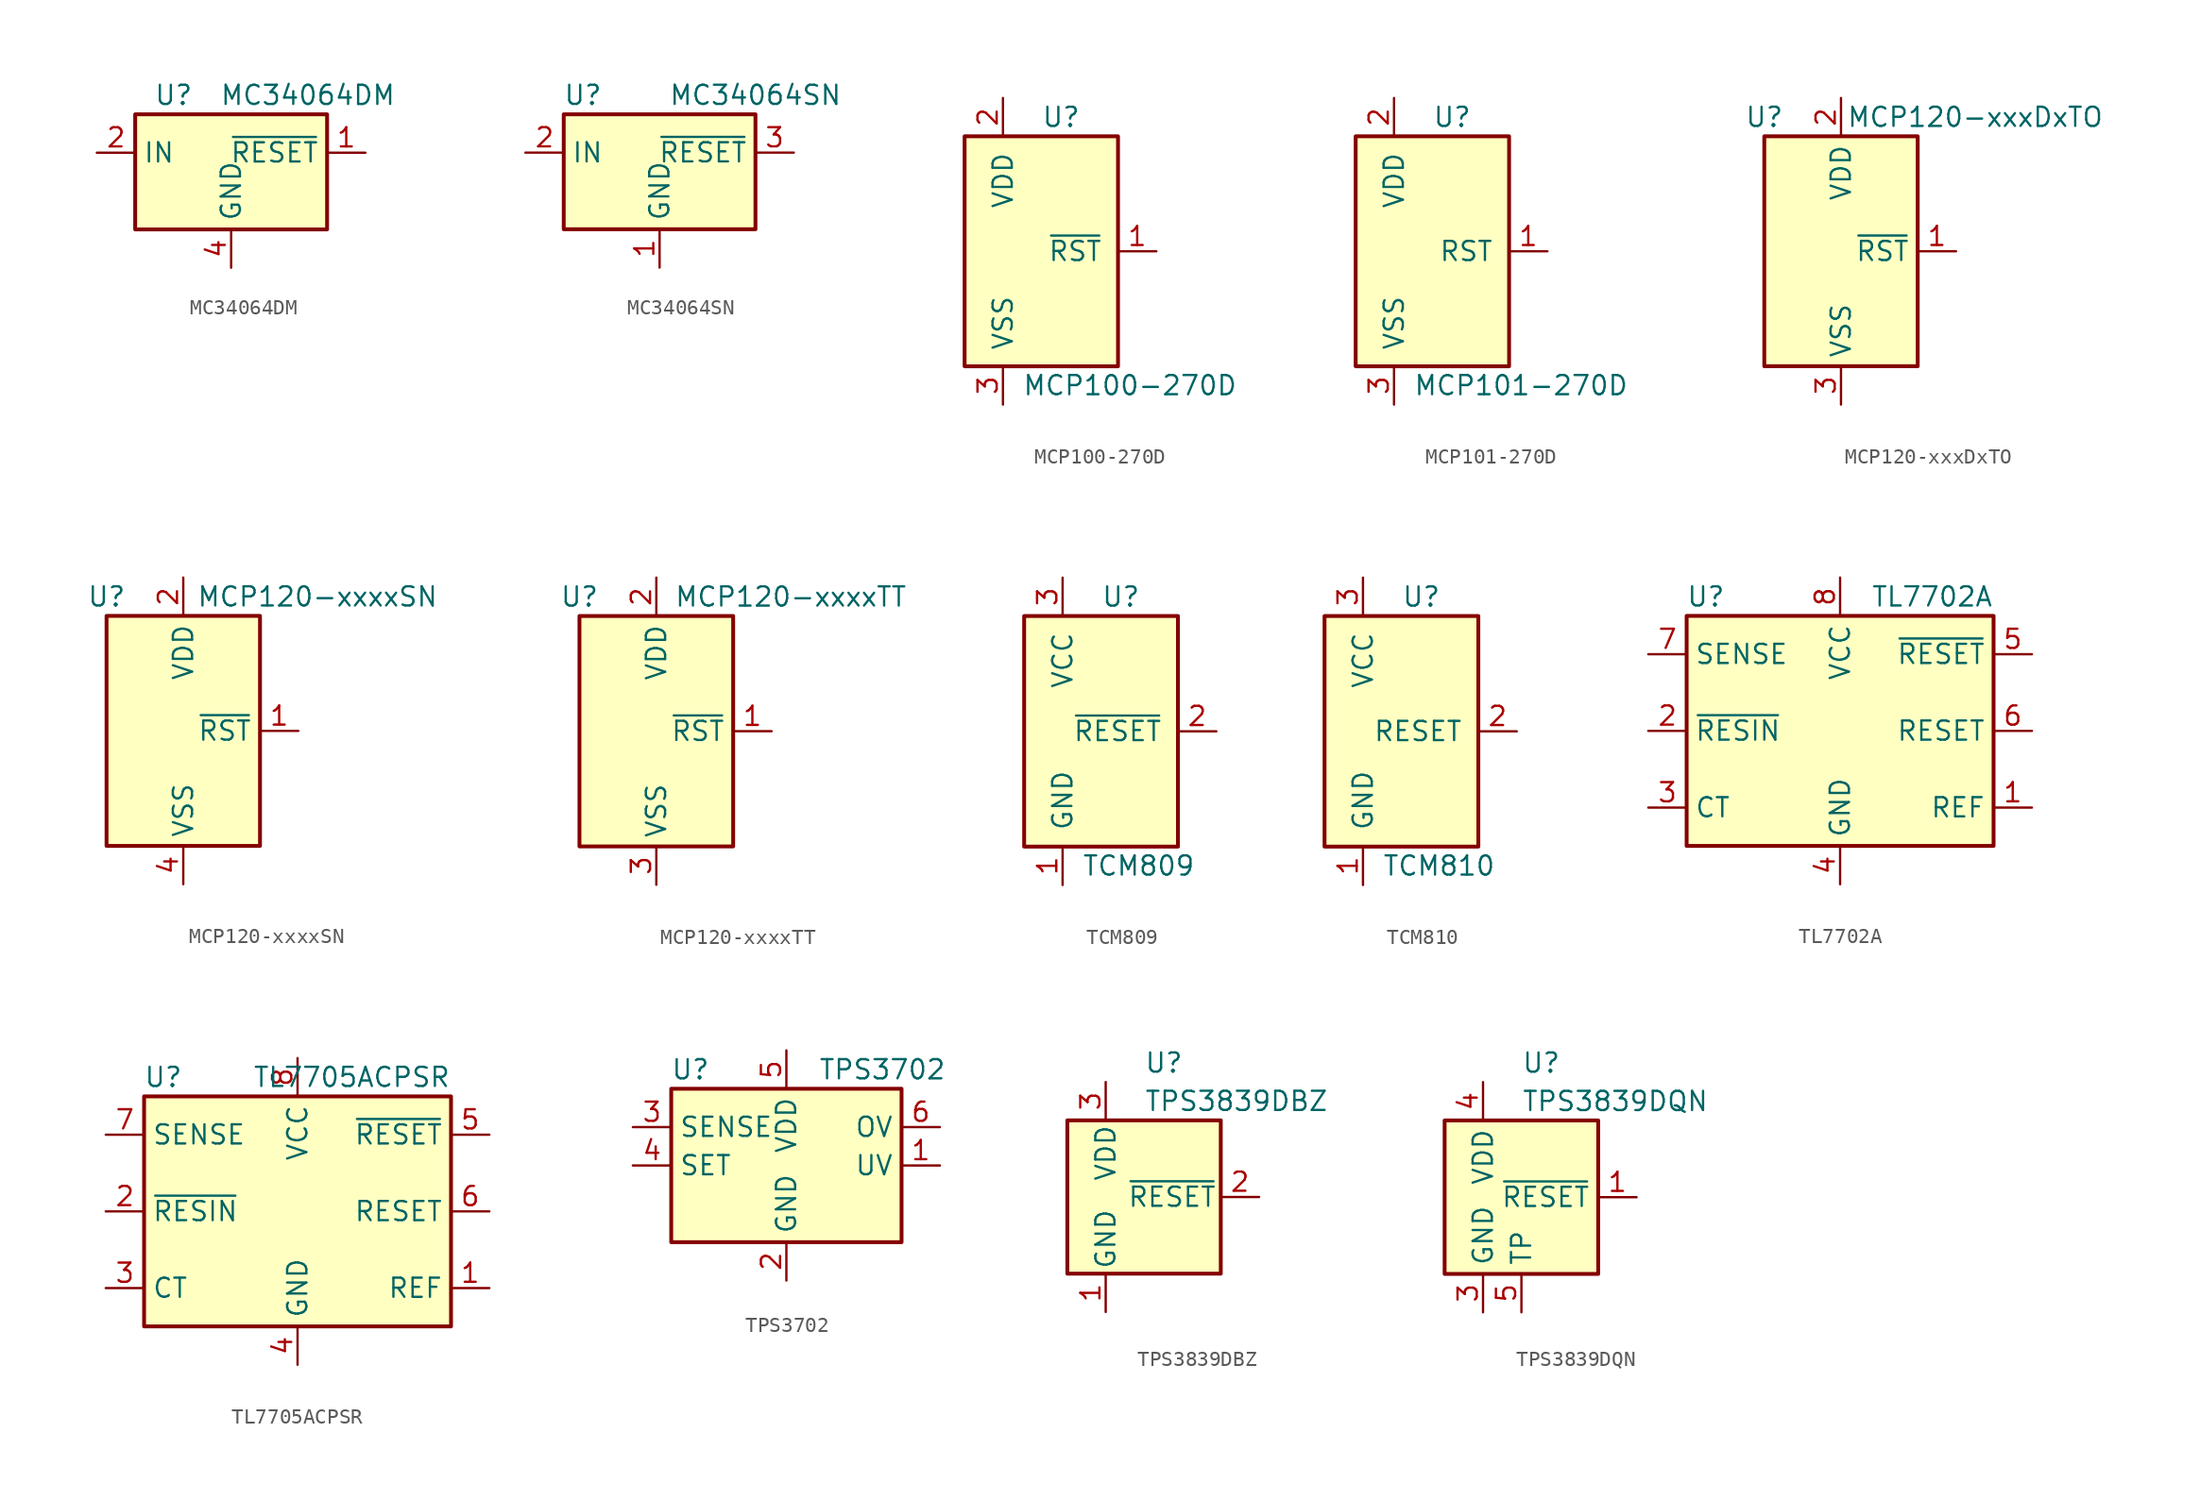
<source format=kicad_sym>
(kicad_symbol_lib
  (version 20220914)
  (generator kicad_symbol_editor)
  (symbol "MC34064DM"
    (property "Reference" "U"
      (at -3.81 5.08 0)
      (effects (font (size 1.27 1.27))))
    (property "Value" "MC34064DM"
      (at 5.08 5.08 0)
      (effects (font (size 1.27 1.27))))
    (symbol "MC34064DM_0_1"
      (rectangle (start -6.35 -3.81) (end 6.35 3.81) (stroke (width 0.254) (type default)) (fill (type background))))
    (symbol "MC34064DM_1_1"
      (pin open_collector line (at 8.89 1.27 180) (length 2.54) (name "~{RESET}" (effects (font (size 1.27 1.27)))) (number "1" (effects (font (size 1.27 1.27)))))
      (pin input line (at -8.89 1.27 0) (length 2.54) (name "IN" (effects (font (size 1.27 1.27)))) (number "2" (effects (font (size 1.27 1.27)))))
      (pin no_connect line (at 6.35 -2.54 180) (length 2.54) hide (name "NC" (effects (font (size 1.27 1.27)))) (number "3" (effects (font (size 1.27 1.27)))))
      (pin power_in line (at 0 -6.35 90) (length 2.54) (name "GND" (effects (font (size 1.27 1.27)))) (number "4" (effects (font (size 1.27 1.27)))))
      (pin no_connect line (at 0 3.81 270) (length 2.54) hide (name "NC" (effects (font (size 1.27 1.27)))) (number "5" (effects (font (size 1.27 1.27)))))
      (pin no_connect line (at 2.54 3.81 270) (length 2.54) hide (name "NC" (effects (font (size 1.27 1.27)))) (number "6" (effects (font (size 1.27 1.27)))))
      (pin no_connect line (at -6.35 -2.54 0) (length 2.54) hide (name "NC" (effects (font (size 1.27 1.27)))) (number "7" (effects (font (size 1.27 1.27)))))
      (pin no_connect line (at -2.54 3.81 270) (length 2.54) hide (name "NC" (effects (font (size 1.27 1.27)))) (number "8" (effects (font (size 1.27 1.27)))))))
  (symbol "MC34064SN"
    (property "Reference" "U"
      (at -5.08 5.08 0)
      (effects (font (size 1.27 1.27))))
    (property "Value" "MC34064SN"
      (at 6.35 5.08 0)
      (effects (font (size 1.27 1.27))))
    (symbol "MC34064SN_0_1"
      (rectangle (start -6.35 -3.81) (end 6.35 3.81) (stroke (width 0.254) (type default)) (fill (type background))))
    (symbol "MC34064SN_1_1"
      (pin power_in line (at 0 -6.35 90) (length 2.54) (name "GND" (effects (font (size 1.27 1.27)))) (number "1" (effects (font (size 1.27 1.27)))))
      (pin input line (at -8.89 1.27 0) (length 2.54) (name "IN" (effects (font (size 1.27 1.27)))) (number "2" (effects (font (size 1.27 1.27)))))
      (pin open_collector line (at 8.89 1.27 180) (length 2.54) (name "~{RESET}" (effects (font (size 1.27 1.27)))) (number "3" (effects (font (size 1.27 1.27)))))
      (pin no_connect line (at -2.54 3.81 270) (length 2.54) hide (name "NC" (effects (font (size 1.27 1.27)))) (number "4" (effects (font (size 1.27 1.27)))))
      (pin no_connect line (at 2.54 3.81 270) (length 2.54) hide (name "NC" (effects (font (size 1.27 1.27)))) (number "5" (effects (font (size 1.27 1.27)))))))
  (symbol "MCP100-270D"
    (pin_names
      (offset 1.016))
    (property "Reference" "U"
      (at 0 8.89 0)
      (effects (font (size 1.27 1.27)) (justify left)))
    (property "Value" "MCP100-270D"
      (at -1.27 -8.89 0)
      (effects (font (size 1.27 1.27)) (justify left)))
    (symbol "MCP100-270D_1_1"
      (rectangle (start -5.08 7.62) (end 5.08 -7.62) (stroke (width 0.254) (type default)) (fill (type background)))
      (pin output line (at 7.62 0 180) (length 2.54) (name "~{RST}" (effects (font (size 1.27 1.27)))) (number "1" (effects (font (size 1.27 1.27)))))
      (pin power_in line (at -2.54 10.16 270) (length 2.54) (name "VDD" (effects (font (size 1.27 1.27)))) (number "2" (effects (font (size 1.27 1.27)))))
      (pin power_in line (at -2.54 -10.16 90) (length 2.54) (name "VSS" (effects (font (size 1.27 1.27)))) (number "3" (effects (font (size 1.27 1.27)))))))
  (symbol "MCP101-270D"
    (pin_names
      (offset 1.016))
    (property "Reference" "U"
      (at 0 8.89 0)
      (effects (font (size 1.27 1.27)) (justify left)))
    (property "Value" "MCP101-270D"
      (at -1.27 -8.89 0)
      (effects (font (size 1.27 1.27)) (justify left)))
    (symbol "MCP101-270D_1_1"
      (rectangle (start -5.08 7.62) (end 5.08 -7.62) (stroke (width 0.254) (type default)) (fill (type background)))
      (pin output line (at 7.62 0 180) (length 2.54) (name "RST" (effects (font (size 1.27 1.27)))) (number "1" (effects (font (size 1.27 1.27)))))
      (pin power_in line (at -2.54 10.16 270) (length 2.54) (name "VDD" (effects (font (size 1.27 1.27)))) (number "2" (effects (font (size 1.27 1.27)))))
      (pin power_in line (at -2.54 -10.16 90) (length 2.54) (name "VSS" (effects (font (size 1.27 1.27)))) (number "3" (effects (font (size 1.27 1.27)))))))
  (symbol "MCP120-xxxDxTO"
    (property "Reference" "U"
      (at -5.08 8.89 0)
      (effects (font (size 1.27 1.27))))
    (property "Value" "MCP120-xxxDxTO"
      (at 8.89 8.89 0)
      (effects (font (size 1.27 1.27))))
    (symbol "MCP120-xxxDxTO_0_1"
      (rectangle (start 5.08 7.62) (end -5.08 -7.62) (stroke (width 0.254) (type default)) (fill (type background)))
      (pin power_in line (at 0 10.16 270) (length 2.54) (name "VDD" (effects (font (size 1.27 1.27)))) (number "2" (effects (font (size 1.27 1.27))))))
    (symbol "MCP120-xxxDxTO_1_1"
      (pin open_collector line (at 7.62 0 180) (length 2.54) (name "~{RST}" (effects (font (size 1.27 1.27)))) (number "1" (effects (font (size 1.27 1.27)))))
      (pin power_in line (at 0 -10.16 90) (length 2.54) (name "VSS" (effects (font (size 1.27 1.27)))) (number "3" (effects (font (size 1.27 1.27)))))))
  (symbol "MCP120-xxxxSN"
    (property "Reference" "U"
      (at -5.08 8.89 0)
      (effects (font (size 1.27 1.27))))
    (property "Value" "MCP120-xxxxSN"
      (at 8.89 8.89 0)
      (effects (font (size 1.27 1.27))))
    (symbol "MCP120-xxxxSN_0_1"
      (rectangle (start 5.08 7.62) (end -5.08 -7.62) (stroke (width 0.254) (type default)) (fill (type background))))
    (symbol "MCP120-xxxxSN_1_1"
      (pin open_collector line (at 7.62 0 180) (length 2.54) (name "~{RST}" (effects (font (size 1.27 1.27)))) (number "1" (effects (font (size 1.27 1.27)))))
      (pin power_in line (at 0 10.16 270) (length 2.54) (name "VDD" (effects (font (size 1.27 1.27)))) (number "2" (effects (font (size 1.27 1.27)))))
      (pin no_connect line (at -5.08 5.08 0) (length 2.54) hide (name "NC" (effects (font (size 1.27 1.27)))) (number "3" (effects (font (size 1.27 1.27)))))
      (pin power_in line (at 0 -10.16 90) (length 2.54) (name "VSS" (effects (font (size 1.27 1.27)))) (number "4" (effects (font (size 1.27 1.27)))))
      (pin no_connect line (at -5.08 2.54 0) (length 2.54) hide (name "NC" (effects (font (size 1.27 1.27)))) (number "5" (effects (font (size 1.27 1.27)))))
      (pin no_connect line (at -5.08 0 0) (length 2.54) hide (name "NC" (effects (font (size 1.27 1.27)))) (number "6" (effects (font (size 1.27 1.27)))))
      (pin no_connect line (at -5.08 -2.54 0) (length 2.54) hide (name "NC" (effects (font (size 1.27 1.27)))) (number "7" (effects (font (size 1.27 1.27)))))
      (pin no_connect line (at -5.08 -5.08 0) (length 2.54) hide (name "NC" (effects (font (size 1.27 1.27)))) (number "8" (effects (font (size 1.27 1.27)))))))
  (symbol "MCP120-xxxxTT"
    (property "Reference" "U"
      (at -5.08 8.89 0)
      (effects (font (size 1.27 1.27))))
    (property "Value" "MCP120-xxxxTT"
      (at 8.89 8.89 0)
      (effects (font (size 1.27 1.27))))
    (symbol "MCP120-xxxxTT_0_1"
      (rectangle (start 5.08 7.62) (end -5.08 -7.62) (stroke (width 0.254) (type default)) (fill (type background))))
    (symbol "MCP120-xxxxTT_1_1"
      (pin open_collector line (at 7.62 0 180) (length 2.54) (name "~{RST}" (effects (font (size 1.27 1.27)))) (number "1" (effects (font (size 1.27 1.27)))))
      (pin power_in line (at 0 10.16 270) (length 2.54) (name "VDD" (effects (font (size 1.27 1.27)))) (number "2" (effects (font (size 1.27 1.27)))))
      (pin power_in line (at 0 -10.16 90) (length 2.54) (name "VSS" (effects (font (size 1.27 1.27)))) (number "3" (effects (font (size 1.27 1.27)))))))
  (symbol "TCM809"
    (pin_names
      (offset 1.016))
    (property "Reference" "U"
      (at 0 8.89 0)
      (effects (font (size 1.27 1.27)) (justify left)))
    (property "Value" "TCM809"
      (at -1.27 -8.89 0)
      (effects (font (size 1.27 1.27)) (justify left)))
    (symbol "TCM809_1_1"
      (rectangle (start -5.08 7.62) (end 5.08 -7.62) (stroke (width 0.254) (type default)) (fill (type background)))
      (pin power_in line (at -2.54 -10.16 90) (length 2.54) (name "GND" (effects (font (size 1.27 1.27)))) (number "1" (effects (font (size 1.27 1.27)))))
      (pin output line (at 7.62 0 180) (length 2.54) (name "~{RESET}" (effects (font (size 1.27 1.27)))) (number "2" (effects (font (size 1.27 1.27)))))
      (pin power_in line (at -2.54 10.16 270) (length 2.54) (name "VCC" (effects (font (size 1.27 1.27)))) (number "3" (effects (font (size 1.27 1.27)))))))
  (symbol "TCM810"
    (pin_names
      (offset 1.016))
    (property "Reference" "U"
      (at 0 8.89 0)
      (effects (font (size 1.27 1.27)) (justify left)))
    (property "Value" "TCM810"
      (at -1.27 -8.89 0)
      (effects (font (size 1.27 1.27)) (justify left)))
    (symbol "TCM810_1_1"
      (rectangle (start -5.08 7.62) (end 5.08 -7.62) (stroke (width 0.254) (type default)) (fill (type background)))
      (pin power_in line (at -2.54 -10.16 90) (length 2.54) (name "GND" (effects (font (size 1.27 1.27)))) (number "1" (effects (font (size 1.27 1.27)))))
      (pin output line (at 7.62 0 180) (length 2.54) (name "RESET" (effects (font (size 1.27 1.27)))) (number "2" (effects (font (size 1.27 1.27)))))
      (pin power_in line (at -2.54 10.16 270) (length 2.54) (name "VCC" (effects (font (size 1.27 1.27)))) (number "3" (effects (font (size 1.27 1.27)))))))
  (symbol "TL7702A"
    (property "Reference" "U"
      (at -8.89 8.89 0)
      (effects (font (size 1.27 1.27))))
    (property "Value" "TL7702A"
      (at 10.16 8.89 0)
      (effects (font (size 1.27 1.27)) (justify right)))
    (symbol "TL7702A_0_1"
      (rectangle (start -10.16 7.62) (end 10.16 -7.62) (stroke (width 0.254) (type default)) (fill (type background))))
    (symbol "TL7702A_1_1"
      (pin output line (at 12.7 -5.08 180) (length 2.54) (name "REF" (effects (font (size 1.27 1.27)))) (number "1" (effects (font (size 1.27 1.27)))))
      (pin input line (at -12.7 0 0) (length 2.54) (name "~{RESIN}" (effects (font (size 1.27 1.27)))) (number "2" (effects (font (size 1.27 1.27)))))
      (pin passive line (at -12.7 -5.08 0) (length 2.54) (name "CT" (effects (font (size 1.27 1.27)))) (number "3" (effects (font (size 1.27 1.27)))))
      (pin power_in line (at 0 -10.16 90) (length 2.54) (name "GND" (effects (font (size 1.27 1.27)))) (number "4" (effects (font (size 1.27 1.27)))))
      (pin open_collector line (at 12.7 5.08 180) (length 2.54) (name "~{RESET}" (effects (font (size 1.27 1.27)))) (number "5" (effects (font (size 1.27 1.27)))))
      (pin open_collector line (at 12.7 0 180) (length 2.54) (name "RESET" (effects (font (size 1.27 1.27)))) (number "6" (effects (font (size 1.27 1.27)))))
      (pin input line (at -12.7 5.08 0) (length 2.54) (name "SENSE" (effects (font (size 1.27 1.27)))) (number "7" (effects (font (size 1.27 1.27)))))
      (pin power_in line (at 0 10.16 270) (length 2.54) (name "VCC" (effects (font (size 1.27 1.27)))) (number "8" (effects (font (size 1.27 1.27)))))))
  (symbol "TL7705ACPSR"
    (property "Reference" "U"
      (at -8.89 8.89 0)
      (effects (font (size 1.27 1.27))))
    (property "Value" "TL7705ACPSR"
      (at 10.16 8.89 0)
      (effects (font (size 1.27 1.27)) (justify right)))
    (symbol "TL7705ACPSR_0_1"
      (rectangle (start -10.16 7.62) (end 10.16 -7.62) (stroke (width 0.254) (type default)) (fill (type background))))
    (symbol "TL7705ACPSR_1_1"
      (pin output line (at 12.7 -5.08 180) (length 2.54) (name "REF" (effects (font (size 1.27 1.27)))) (number "1" (effects (font (size 1.27 1.27)))))
      (pin input line (at -12.7 0 0) (length 2.54) (name "~{RESIN}" (effects (font (size 1.27 1.27)))) (number "2" (effects (font (size 1.27 1.27)))))
      (pin passive line (at -12.7 -5.08 0) (length 2.54) (name "CT" (effects (font (size 1.27 1.27)))) (number "3" (effects (font (size 1.27 1.27)))))
      (pin power_in line (at 0 -10.16 90) (length 2.54) (name "GND" (effects (font (size 1.27 1.27)))) (number "4" (effects (font (size 1.27 1.27)))))
      (pin open_collector line (at 12.7 5.08 180) (length 2.54) (name "~{RESET}" (effects (font (size 1.27 1.27)))) (number "5" (effects (font (size 1.27 1.27)))))
      (pin open_collector line (at 12.7 0 180) (length 2.54) (name "RESET" (effects (font (size 1.27 1.27)))) (number "6" (effects (font (size 1.27 1.27)))))
      (pin input line (at -12.7 5.08 0) (length 2.54) (name "SENSE" (effects (font (size 1.27 1.27)))) (number "7" (effects (font (size 1.27 1.27)))))
      (pin power_in line (at 0 10.16 270) (length 2.54) (name "VCC" (effects (font (size 1.27 1.27)))) (number "8" (effects (font (size 1.27 1.27)))))))
  (symbol "TPS3702"
    (property "Reference" "U"
      (at -6.35 6.35 0)
      (effects (font (size 1.27 1.27))))
    (property "Value" "TPS3702"
      (at 6.35 6.35 0)
      (effects (font (size 1.27 1.27))))
    (symbol "TPS3702_0_1"
      (rectangle (start -7.62 5.08) (end 7.62 -5.08) (stroke (width 0.254) (type default)) (fill (type background))))
    (symbol "TPS3702_1_1"
      (pin output line (at 10.16 0 180) (length 2.54) (name "UV" (effects (font (size 1.27 1.27)))) (number "1" (effects (font (size 1.27 1.27)))))
      (pin power_in line (at 0 -7.62 90) (length 2.54) (name "GND" (effects (font (size 1.27 1.27)))) (number "2" (effects (font (size 1.27 1.27)))))
      (pin input line (at -10.16 2.54 0) (length 2.54) (name "SENSE" (effects (font (size 1.27 1.27)))) (number "3" (effects (font (size 1.27 1.27)))))
      (pin input line (at -10.16 0 0) (length 2.54) (name "SET" (effects (font (size 1.27 1.27)))) (number "4" (effects (font (size 1.27 1.27)))))
      (pin power_in line (at 0 7.62 270) (length 2.54) (name "VDD" (effects (font (size 1.27 1.27)))) (number "5" (effects (font (size 1.27 1.27)))))
      (pin output line (at 10.16 2.54 180) (length 2.54) (name "OV" (effects (font (size 1.27 1.27)))) (number "6" (effects (font (size 1.27 1.27)))))))
  (symbol "TPS3839DBZ"
    (pin_names
      (offset 0.254))
    (property "Reference" "U"
      (at 2.54 8.89 0)
      (effects (font (size 1.27 1.27)) (justify left)))
    (property "Value" "TPS3839DBZ"
      (at 2.54 6.35 0)
      (effects (font (size 1.27 1.27)) (justify left)))
    (symbol "TPS3839DBZ_0_1"
      (rectangle (start -2.54 5.08) (end 7.62 -5.08) (stroke (width 0.254) (type default)) (fill (type background))))
    (symbol "TPS3839DBZ_1_1"
      (pin power_in line (at 0 -7.62 90) (length 2.54) (name "GND" (effects (font (size 1.27 1.27)))) (number "1" (effects (font (size 1.27 1.27)))))
      (pin output line (at 10.16 0 180) (length 2.54) (name "~{RESET}" (effects (font (size 1.27 1.27)))) (number "2" (effects (font (size 1.27 1.27)))))
      (pin power_in line (at 0 7.62 270) (length 2.54) (name "VDD" (effects (font (size 1.27 1.27)))) (number "3" (effects (font (size 1.27 1.27)))))))
  (symbol "TPS3839DQN"
    (property "Reference" "U"
      (at 2.54 8.89 0)
      (effects (font (size 1.27 1.27)) (justify left)))
    (property "Value" "TPS3839DQN"
      (at 2.54 6.35 0)
      (effects (font (size 1.27 1.27)) (justify left)))
    (symbol "TPS3839DQN_0_1"
      (rectangle (start -2.54 5.08) (end 7.62 -5.08) (stroke (width 0.254) (type default)) (fill (type background))))
    (symbol "TPS3839DQN_1_1"
      (pin output line (at 10.16 0 180) (length 2.54) (name "~{RESET}" (effects (font (size 1.27 1.27)))) (number "1" (effects (font (size 1.27 1.27)))))
      (pin no_connect line (at -2.54 0 0) (length 2.54) hide (name "NC" (effects (font (size 1.27 1.27)))) (number "2" (effects (font (size 1.27 1.27)))))
      (pin power_in line (at 0 -7.62 90) (length 2.54) (name "GND" (effects (font (size 1.27 1.27)))) (number "3" (effects (font (size 1.27 1.27)))))
      (pin power_in line (at 0 7.62 270) (length 2.54) (name "VDD" (effects (font (size 1.27 1.27)))) (number "4" (effects (font (size 1.27 1.27)))))
      (pin power_in line (at 2.54 -7.62 90) (length 2.54) (name "TP" (effects (font (size 1.27 1.27)))) (number "5" (effects (font (size 1.27 1.27))))))))
</source>
